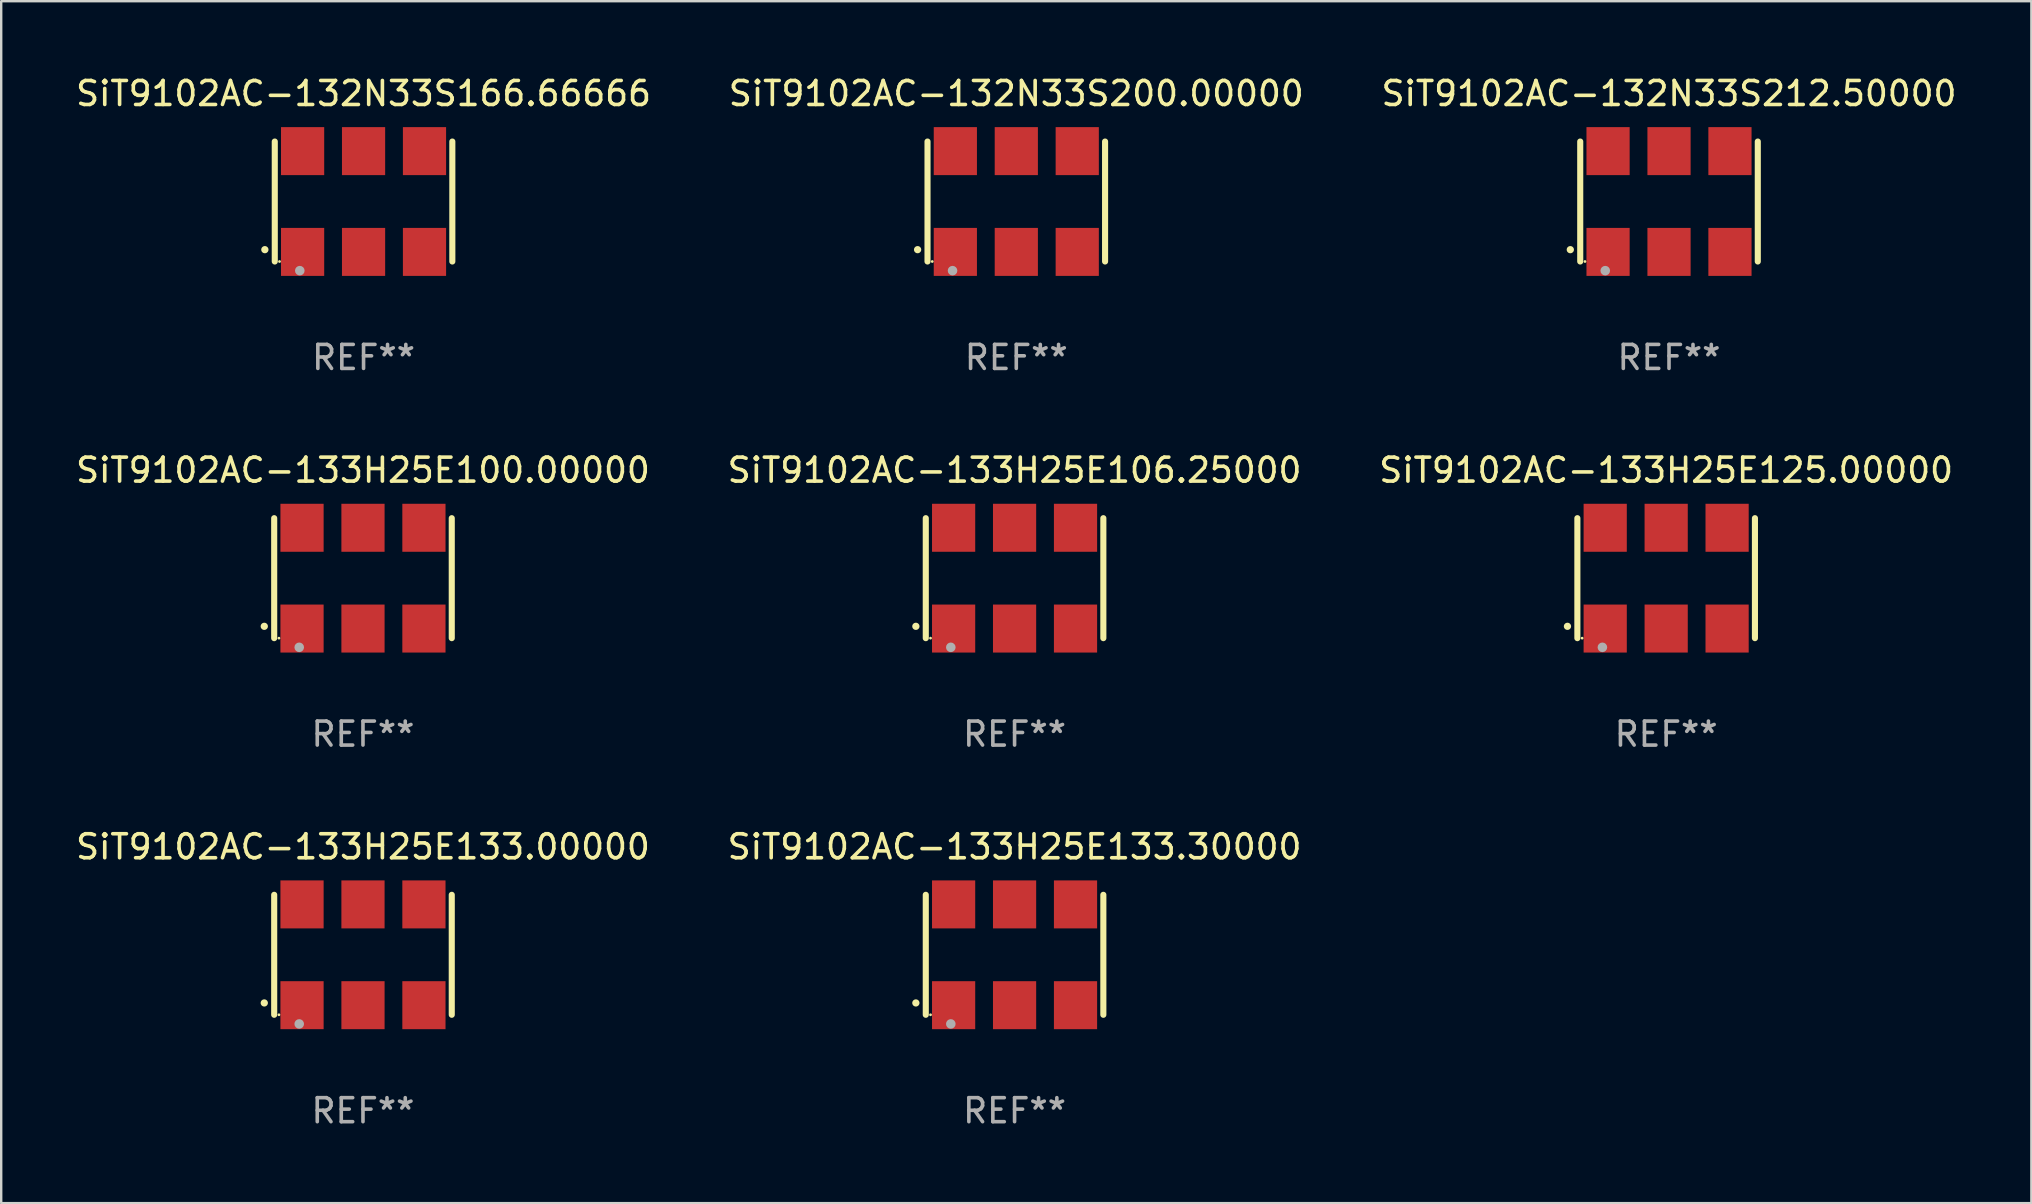
<source format=kicad_pcb>
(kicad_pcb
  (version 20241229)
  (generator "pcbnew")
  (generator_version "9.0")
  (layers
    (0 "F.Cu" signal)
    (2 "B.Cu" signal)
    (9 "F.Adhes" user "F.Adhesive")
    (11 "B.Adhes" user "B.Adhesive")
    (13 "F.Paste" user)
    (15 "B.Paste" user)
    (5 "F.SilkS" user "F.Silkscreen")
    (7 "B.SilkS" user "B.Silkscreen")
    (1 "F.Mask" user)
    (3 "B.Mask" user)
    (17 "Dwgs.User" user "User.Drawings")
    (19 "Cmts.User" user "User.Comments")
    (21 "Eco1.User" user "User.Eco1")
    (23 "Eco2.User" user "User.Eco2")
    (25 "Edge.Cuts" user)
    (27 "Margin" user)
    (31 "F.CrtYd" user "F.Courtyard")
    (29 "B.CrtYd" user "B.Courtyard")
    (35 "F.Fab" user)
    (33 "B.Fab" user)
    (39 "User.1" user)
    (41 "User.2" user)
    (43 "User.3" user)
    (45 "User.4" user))
  (footprint "SiT9102AC-133H25E133.30000"
    (layer "F.Cu")
    (at 39.232 36.741)
    (property "Reference" "SiT9102AC-133H25E133.30000" (at 0 -4.5 0) (layer "F.SilkS") (effects (font (size 1 1) (thickness 0.15))))
    (attr through_hole)
    (fp_line (start -3.7 -2.5) (end -3.7 2.5) (stroke (width 0.254) (type solid)) (layer "F.SilkS"))
    (fp_line (start 3.7 -2.5) (end 3.7 2.5) (stroke (width 0.254) (type solid)) (layer "F.SilkS"))
    (fp_arc (start -4.114415 2.006604) (mid -4.113145 2.006599) (end -4.111875 2.006604) (stroke (width 0.3) (type solid)) (layer "F.SilkS"))
    (fp_circle (center -3.502 2.5) (end -3.472 2.5) (stroke (width 0.06) (type solid)) (fill no) (layer "F.SilkS"))
    (fp_circle (center -2.657 2.882) (end -2.557 2.882) (stroke (width 0.2) (type solid)) (fill no) (layer "F.Fab"))
    (fp_text user "REF**" (at 0 6.5 0) (layer "F.Fab") (effects (font (size 1 1) (thickness 0.15))))
    (pad "1" smd rect (at -2.54 2.1) (size 1.8 2) (layers "F.Cu" "F.Mask" "F.Paste"))
    (pad "2" smd rect (at 0.000394 2.1) (size 1.8 2) (layers "F.Cu" "F.Mask" "F.Paste"))
    (pad "3" smd rect (at 2.54 2.1) (size 1.8 2) (layers "F.Cu" "F.Mask" "F.Paste"))
    (pad "4" smd rect (at 2.54 -2.1) (size 1.8 2) (layers "F.Cu" "F.Mask" "F.Paste"))
    (pad "5" smd rect (at 0.000394 -2.1) (size 1.8 2) (layers "F.Cu" "F.Mask" "F.Paste"))
    (pad "6" smd rect (at -2.54 -2.1) (size 1.8 2) (layers "F.Cu" "F.Mask" "F.Paste")))
  (footprint "SiT9102AC-133H25E106.25000"
    (layer "F.Cu")
    (at 39.232 21.045)
    (property "Reference" "SiT9102AC-133H25E106.25000" (at 0 -4.5 0) (layer "F.SilkS") (effects (font (size 1 1) (thickness 0.15))))
    (attr through_hole)
    (fp_line (start -3.7 -2.5) (end -3.7 2.5) (stroke (width 0.254) (type solid)) (layer "F.SilkS"))
    (fp_line (start 3.7 -2.5) (end 3.7 2.5) (stroke (width 0.254) (type solid)) (layer "F.SilkS"))
    (fp_arc (start -4.114415 2.006604) (mid -4.113145 2.006599) (end -4.111875 2.006604) (stroke (width 0.3) (type solid)) (layer "F.SilkS"))
    (fp_circle (center -3.502 2.5) (end -3.472 2.5) (stroke (width 0.06) (type solid)) (fill no) (layer "F.SilkS"))
    (fp_circle (center -2.657 2.882) (end -2.557 2.882) (stroke (width 0.2) (type solid)) (fill no) (layer "F.Fab"))
    (fp_text user "REF**" (at 0 6.5 0) (layer "F.Fab") (effects (font (size 1 1) (thickness 0.15))))
    (pad "1" smd rect (at -2.54 2.1) (size 1.8 2) (layers "F.Cu" "F.Mask" "F.Paste"))
    (pad "2" smd rect (at 0.000394 2.1) (size 1.8 2) (layers "F.Cu" "F.Mask" "F.Paste"))
    (pad "3" smd rect (at 2.54 2.1) (size 1.8 2) (layers "F.Cu" "F.Mask" "F.Paste"))
    (pad "4" smd rect (at 2.54 -2.1) (size 1.8 2) (layers "F.Cu" "F.Mask" "F.Paste"))
    (pad "5" smd rect (at 0.000394 -2.1) (size 1.8 2) (layers "F.Cu" "F.Mask" "F.Paste"))
    (pad "6" smd rect (at -2.54 -2.1) (size 1.8 2) (layers "F.Cu" "F.Mask" "F.Paste")))
  (footprint "SiT9102AC-133H25E100.00000"
    (layer "F.Cu")
    (at 12.077 21.045)
    (property "Reference" "SiT9102AC-133H25E100.00000" (at 0 -4.5 0) (layer "F.SilkS") (effects (font (size 1 1) (thickness 0.15))))
    (attr through_hole)
    (fp_line (start -3.7 -2.5) (end -3.7 2.5) (stroke (width 0.254) (type solid)) (layer "F.SilkS"))
    (fp_line (start 3.7 -2.5) (end 3.7 2.5) (stroke (width 0.254) (type solid)) (layer "F.SilkS"))
    (fp_arc (start -4.114415 2.006604) (mid -4.113145 2.006599) (end -4.111875 2.006604) (stroke (width 0.3) (type solid)) (layer "F.SilkS"))
    (fp_circle (center -3.502 2.5) (end -3.472 2.5) (stroke (width 0.06) (type solid)) (fill no) (layer "F.SilkS"))
    (fp_circle (center -2.657 2.882) (end -2.557 2.882) (stroke (width 0.2) (type solid)) (fill no) (layer "F.Fab"))
    (fp_text user "REF**" (at 0 6.5 0) (layer "F.Fab") (effects (font (size 1 1) (thickness 0.15))))
    (pad "1" smd rect (at -2.54 2.1) (size 1.8 2) (layers "F.Cu" "F.Mask" "F.Paste"))
    (pad "2" smd rect (at 0.000394 2.1) (size 1.8 2) (layers "F.Cu" "F.Mask" "F.Paste"))
    (pad "3" smd rect (at 2.54 2.1) (size 1.8 2) (layers "F.Cu" "F.Mask" "F.Paste"))
    (pad "4" smd rect (at 2.54 -2.1) (size 1.8 2) (layers "F.Cu" "F.Mask" "F.Paste"))
    (pad "5" smd rect (at 0.000394 -2.1) (size 1.8 2) (layers "F.Cu" "F.Mask" "F.Paste"))
    (pad "6" smd rect (at -2.54 -2.1) (size 1.8 2) (layers "F.Cu" "F.Mask" "F.Paste")))
  (footprint "SiT9102AC-133H25E125.00000"
    (layer "F.Cu")
    (at 66.387 21.045)
    (property "Reference" "SiT9102AC-133H25E125.00000" (at 0 -4.5 0) (layer "F.SilkS") (effects (font (size 1 1) (thickness 0.15))))
    (attr through_hole)
    (fp_line (start -3.7 -2.5) (end -3.7 2.5) (stroke (width 0.254) (type solid)) (layer "F.SilkS"))
    (fp_line (start 3.7 -2.5) (end 3.7 2.5) (stroke (width 0.254) (type solid)) (layer "F.SilkS"))
    (fp_arc (start -4.114415 2.006604) (mid -4.113145 2.006599) (end -4.111875 2.006604) (stroke (width 0.3) (type solid)) (layer "F.SilkS"))
    (fp_circle (center -3.502 2.5) (end -3.472 2.5) (stroke (width 0.06) (type solid)) (fill no) (layer "F.SilkS"))
    (fp_circle (center -2.657 2.882) (end -2.557 2.882) (stroke (width 0.2) (type solid)) (fill no) (layer "F.Fab"))
    (fp_text user "REF**" (at 0 6.5 0) (layer "F.Fab") (effects (font (size 1 1) (thickness 0.15))))
    (pad "1" smd rect (at -2.54 2.1) (size 1.8 2) (layers "F.Cu" "F.Mask" "F.Paste"))
    (pad "2" smd rect (at 0.000394 2.1) (size 1.8 2) (layers "F.Cu" "F.Mask" "F.Paste"))
    (pad "3" smd rect (at 2.54 2.1) (size 1.8 2) (layers "F.Cu" "F.Mask" "F.Paste"))
    (pad "4" smd rect (at 2.54 -2.1) (size 1.8 2) (layers "F.Cu" "F.Mask" "F.Paste"))
    (pad "5" smd rect (at 0.000394 -2.1) (size 1.8 2) (layers "F.Cu" "F.Mask" "F.Paste"))
    (pad "6" smd rect (at -2.54 -2.1) (size 1.8 2) (layers "F.Cu" "F.Mask" "F.Paste")))
  (footprint "SiT9102AC-133H25E133.00000"
    (layer "F.Cu")
    (at 12.077 36.741)
    (property "Reference" "SiT9102AC-133H25E133.00000" (at 0 -4.5 0) (layer "F.SilkS") (effects (font (size 1 1) (thickness 0.15))))
    (attr through_hole)
    (fp_line (start -3.7 -2.5) (end -3.7 2.5) (stroke (width 0.254) (type solid)) (layer "F.SilkS"))
    (fp_line (start 3.7 -2.5) (end 3.7 2.5) (stroke (width 0.254) (type solid)) (layer "F.SilkS"))
    (fp_arc (start -4.114415 2.006604) (mid -4.113145 2.006599) (end -4.111875 2.006604) (stroke (width 0.3) (type solid)) (layer "F.SilkS"))
    (fp_circle (center -3.502 2.5) (end -3.472 2.5) (stroke (width 0.06) (type solid)) (fill no) (layer "F.SilkS"))
    (fp_circle (center -2.657 2.882) (end -2.557 2.882) (stroke (width 0.2) (type solid)) (fill no) (layer "F.Fab"))
    (fp_text user "REF**" (at 0 6.5 0) (layer "F.Fab") (effects (font (size 1 1) (thickness 0.15))))
    (pad "1" smd rect (at -2.54 2.1) (size 1.8 2) (layers "F.Cu" "F.Mask" "F.Paste"))
    (pad "2" smd rect (at 0.000394 2.1) (size 1.8 2) (layers "F.Cu" "F.Mask" "F.Paste"))
    (pad "3" smd rect (at 2.54 2.1) (size 1.8 2) (layers "F.Cu" "F.Mask" "F.Paste"))
    (pad "4" smd rect (at 2.54 -2.1) (size 1.8 2) (layers "F.Cu" "F.Mask" "F.Paste"))
    (pad "5" smd rect (at 0.000394 -2.1) (size 1.8 2) (layers "F.Cu" "F.Mask" "F.Paste"))
    (pad "6" smd rect (at -2.54 -2.1) (size 1.8 2) (layers "F.Cu" "F.Mask" "F.Paste")))
  (footprint "SiT9102AC-132N33S166.66666"
    (layer "F.Cu")
    (at 12.101 5.348)
    (property "Reference" "SiT9102AC-132N33S166.66666" (at 0 -4.5 0) (layer "F.SilkS") (effects (font (size 1 1) (thickness 0.15))))
    (attr through_hole)
    (fp_line (start -3.7 -2.5) (end -3.7 2.5) (stroke (width 0.254) (type solid)) (layer "F.SilkS"))
    (fp_line (start 3.7 -2.5) (end 3.7 2.5) (stroke (width 0.254) (type solid)) (layer "F.SilkS"))
    (fp_arc (start -4.114415 2.006604) (mid -4.113145 2.006599) (end -4.111875 2.006604) (stroke (width 0.3) (type solid)) (layer "F.SilkS"))
    (fp_circle (center -3.502 2.5) (end -3.472 2.5) (stroke (width 0.06) (type solid)) (fill no) (layer "F.SilkS"))
    (fp_circle (center -2.657 2.882) (end -2.557 2.882) (stroke (width 0.2) (type solid)) (fill no) (layer "F.Fab"))
    (fp_text user "REF**" (at 0 6.5 0) (layer "F.Fab") (effects (font (size 1 1) (thickness 0.15))))
    (pad "1" smd rect (at -2.54 2.1) (size 1.8 2) (layers "F.Cu" "F.Mask" "F.Paste"))
    (pad "2" smd rect (at 0.000394 2.1) (size 1.8 2) (layers "F.Cu" "F.Mask" "F.Paste"))
    (pad "3" smd rect (at 2.54 2.1) (size 1.8 2) (layers "F.Cu" "F.Mask" "F.Paste"))
    (pad "4" smd rect (at 2.54 -2.1) (size 1.8 2) (layers "F.Cu" "F.Mask" "F.Paste"))
    (pad "5" smd rect (at 0.000394 -2.1) (size 1.8 2) (layers "F.Cu" "F.Mask" "F.Paste"))
    (pad "6" smd rect (at -2.54 -2.1) (size 1.8 2) (layers "F.Cu" "F.Mask" "F.Paste")))
  (footprint "SiT9102AC-132N33S212.50000"
    (layer "F.Cu")
    (at 66.506 5.348)
    (property "Reference" "SiT9102AC-132N33S212.50000" (at 0 -4.5 0) (layer "F.SilkS") (effects (font (size 1 1) (thickness 0.15))))
    (attr through_hole)
    (fp_line (start -3.7 -2.5) (end -3.7 2.5) (stroke (width 0.254) (type solid)) (layer "F.SilkS"))
    (fp_line (start 3.7 -2.5) (end 3.7 2.5) (stroke (width 0.254) (type solid)) (layer "F.SilkS"))
    (fp_arc (start -4.114415 2.006604) (mid -4.113145 2.006599) (end -4.111875 2.006604) (stroke (width 0.3) (type solid)) (layer "F.SilkS"))
    (fp_circle (center -3.502 2.5) (end -3.472 2.5) (stroke (width 0.06) (type solid)) (fill no) (layer "F.SilkS"))
    (fp_circle (center -2.657 2.882) (end -2.557 2.882) (stroke (width 0.2) (type solid)) (fill no) (layer "F.Fab"))
    (fp_text user "REF**" (at 0 6.5 0) (layer "F.Fab") (effects (font (size 1 1) (thickness 0.15))))
    (pad "1" smd rect (at -2.54 2.1) (size 1.8 2) (layers "F.Cu" "F.Mask" "F.Paste"))
    (pad "2" smd rect (at 0.000394 2.1) (size 1.8 2) (layers "F.Cu" "F.Mask" "F.Paste"))
    (pad "3" smd rect (at 2.54 2.1) (size 1.8 2) (layers "F.Cu" "F.Mask" "F.Paste"))
    (pad "4" smd rect (at 2.54 -2.1) (size 1.8 2) (layers "F.Cu" "F.Mask" "F.Paste"))
    (pad "5" smd rect (at 0.000394 -2.1) (size 1.8 2) (layers "F.Cu" "F.Mask" "F.Paste"))
    (pad "6" smd rect (at -2.54 -2.1) (size 1.8 2) (layers "F.Cu" "F.Mask" "F.Paste")))
  (footprint "SiT9102AC-132N33S200.00000"
    (layer "F.Cu")
    (at 39.304 5.348)
    (property "Reference" "SiT9102AC-132N33S200.00000" (at 0 -4.5 0) (layer "F.SilkS") (effects (font (size 1 1) (thickness 0.15))))
    (attr through_hole)
    (fp_line (start -3.7 -2.5) (end -3.7 2.5) (stroke (width 0.254) (type solid)) (layer "F.SilkS"))
    (fp_line (start 3.7 -2.5) (end 3.7 2.5) (stroke (width 0.254) (type solid)) (layer "F.SilkS"))
    (fp_arc (start -4.114415 2.006604) (mid -4.113145 2.006599) (end -4.111875 2.006604) (stroke (width 0.3) (type solid)) (layer "F.SilkS"))
    (fp_circle (center -3.502 2.5) (end -3.472 2.5) (stroke (width 0.06) (type solid)) (fill no) (layer "F.SilkS"))
    (fp_circle (center -2.657 2.882) (end -2.557 2.882) (stroke (width 0.2) (type solid)) (fill no) (layer "F.Fab"))
    (fp_text user "REF**" (at 0 6.5 0) (layer "F.Fab") (effects (font (size 1 1) (thickness 0.15))))
    (pad "1" smd rect (at -2.54 2.1) (size 1.8 2) (layers "F.Cu" "F.Mask" "F.Paste"))
    (pad "2" smd rect (at 0.000394 2.1) (size 1.8 2) (layers "F.Cu" "F.Mask" "F.Paste"))
    (pad "3" smd rect (at 2.54 2.1) (size 1.8 2) (layers "F.Cu" "F.Mask" "F.Paste"))
    (pad "4" smd rect (at 2.54 -2.1) (size 1.8 2) (layers "F.Cu" "F.Mask" "F.Paste"))
    (pad "5" smd rect (at 0.000394 -2.1) (size 1.8 2) (layers "F.Cu" "F.Mask" "F.Paste"))
    (pad "6" smd rect (at -2.54 -2.1) (size 1.8 2) (layers "F.Cu" "F.Mask" "F.Paste")))
  (gr_rect
    (start -3 -3)
    (end 81.607 47.09)
    (stroke (width 0.1) (type default))
    (fill no)
    (layer "Edge.Cuts")))
</source>
